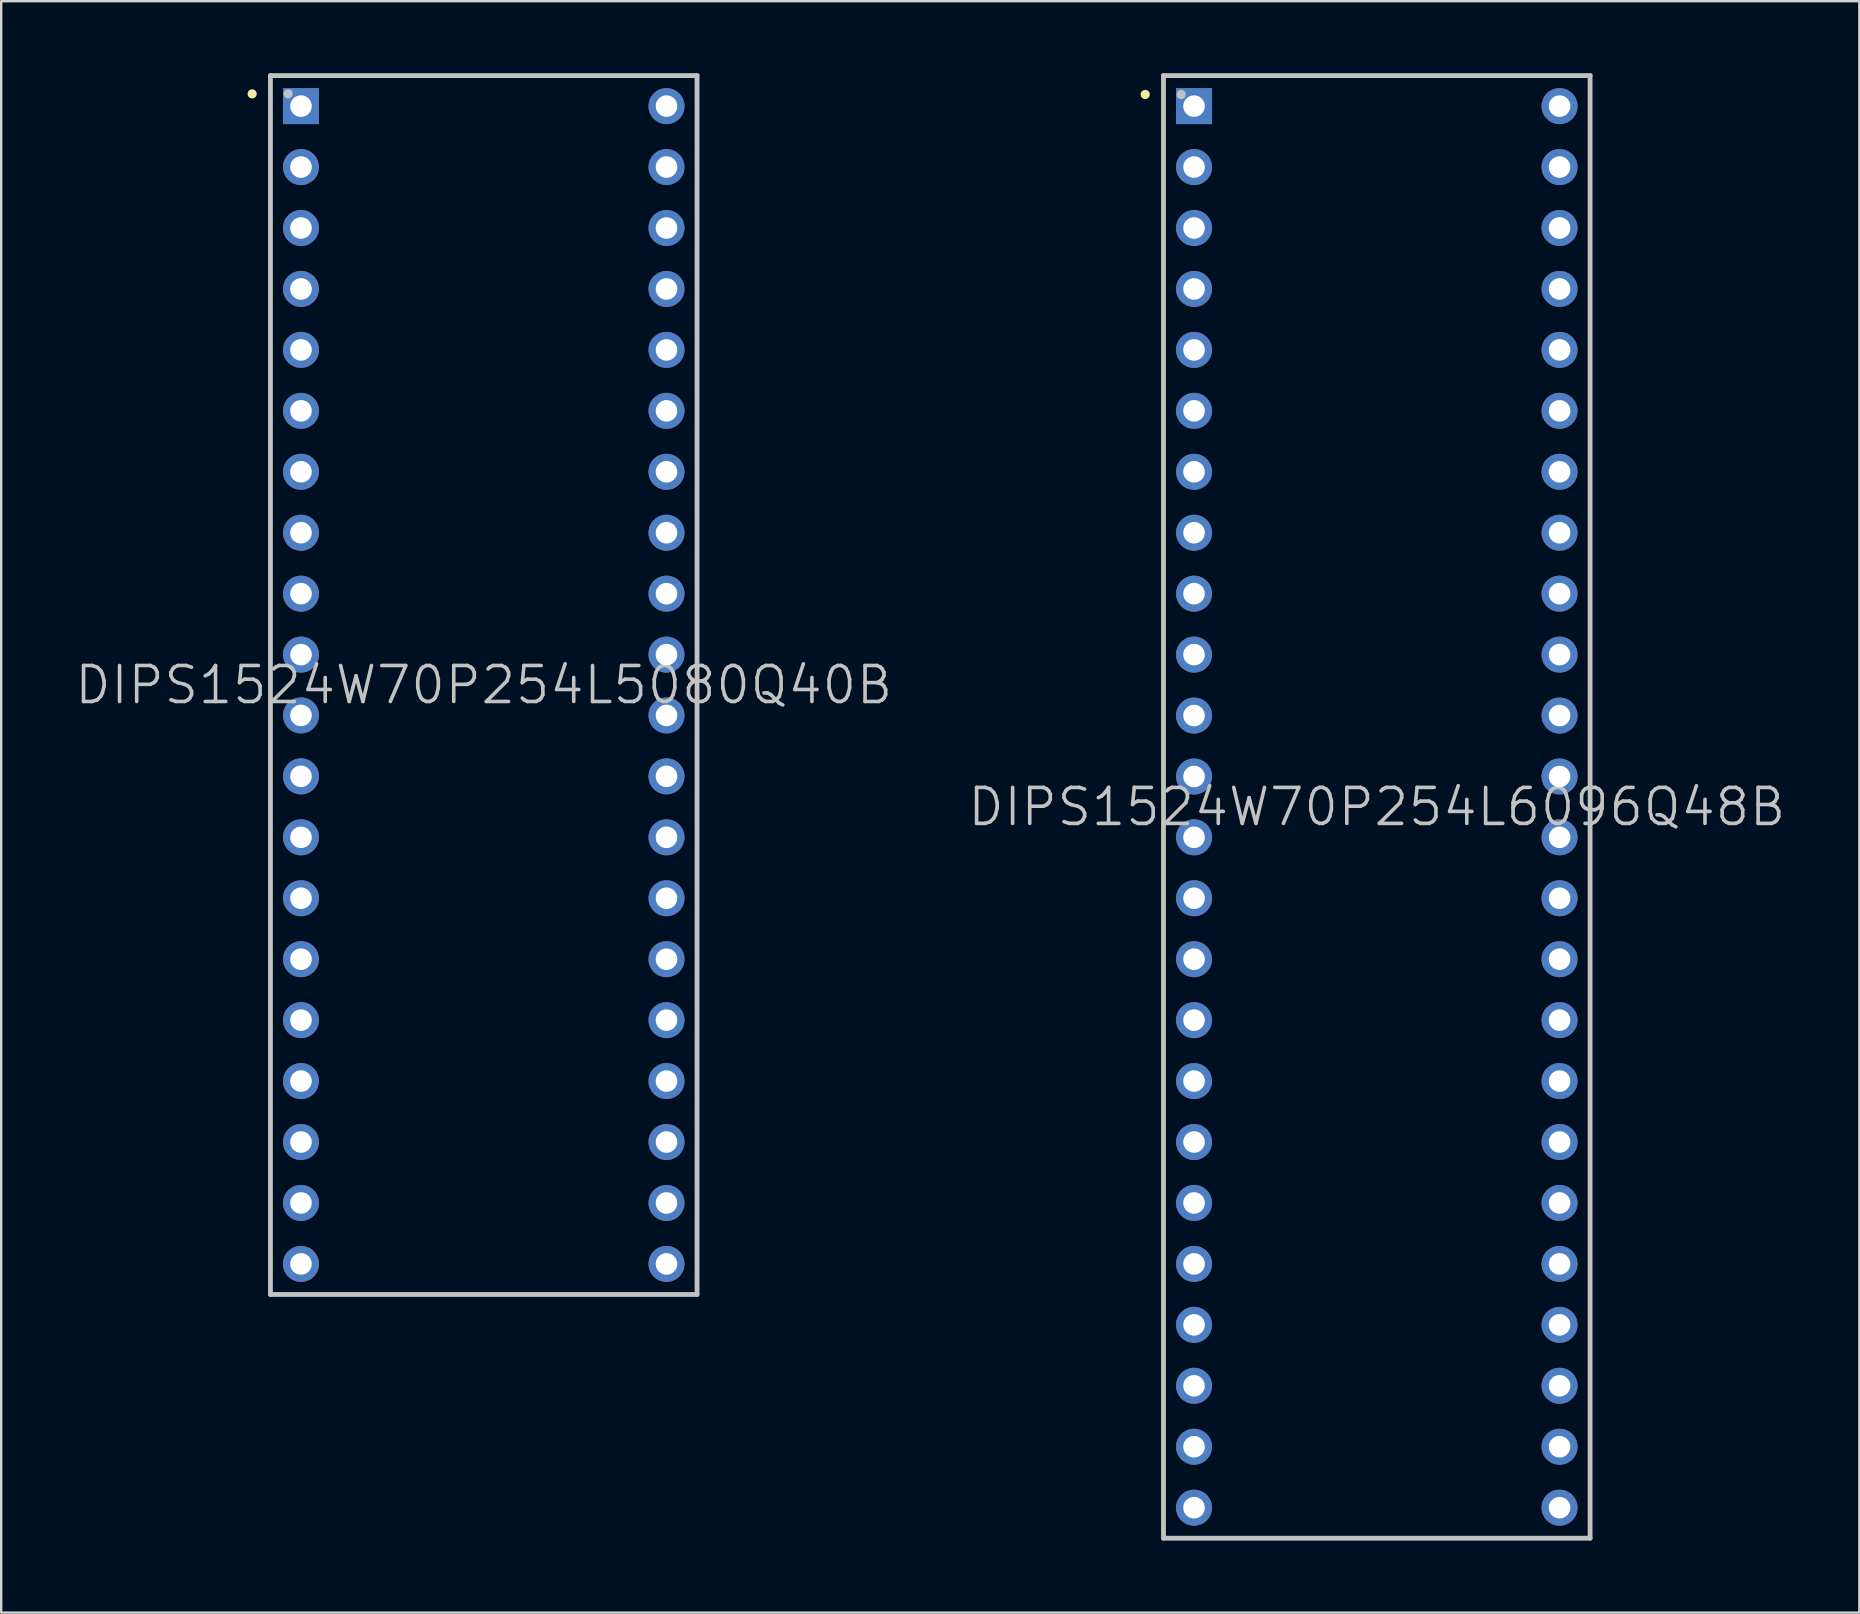
<source format=kicad_pcb>
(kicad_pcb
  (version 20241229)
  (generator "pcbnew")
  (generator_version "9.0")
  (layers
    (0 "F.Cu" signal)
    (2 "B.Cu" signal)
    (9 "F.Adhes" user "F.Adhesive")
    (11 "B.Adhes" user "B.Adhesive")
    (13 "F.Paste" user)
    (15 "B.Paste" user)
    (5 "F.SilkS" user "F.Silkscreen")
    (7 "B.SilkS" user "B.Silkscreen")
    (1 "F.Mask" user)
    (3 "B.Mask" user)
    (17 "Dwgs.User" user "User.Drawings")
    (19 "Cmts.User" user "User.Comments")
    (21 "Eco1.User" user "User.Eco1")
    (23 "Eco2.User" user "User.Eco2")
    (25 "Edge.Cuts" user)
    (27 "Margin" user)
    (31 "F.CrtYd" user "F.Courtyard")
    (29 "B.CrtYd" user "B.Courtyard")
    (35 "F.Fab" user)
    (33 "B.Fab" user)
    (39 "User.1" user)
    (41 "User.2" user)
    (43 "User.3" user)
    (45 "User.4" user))
  (footprint "DIPS1524W70P254L5080Q40B"
    (layer "F.Cu")
    (at 17.111 25.5)
    (property "Reference" "DIPS1524W70P254L5080Q40B" (at 0 0 0) (layer "Dwgs.User") (effects (font (size 1.5 1.5) (thickness 0.15))))
    (attr through_hole)
    (fp_line (start -9.652 -24.638) (end -9.652 -24.638) (stroke (width 0.381) (type solid)) (layer "F.SilkS"))
    (fp_line (start -8.89 -25.4) (end -8.89 25.4) (stroke (width 0.2) (type solid)) (layer "Dwgs.User"))
    (fp_line (start -8.89 -25.4) (end 8.89 -25.4) (stroke (width 0.2) (type solid)) (layer "Dwgs.User"))
    (fp_line (start -8.89 25.4) (end 8.89 25.4) (stroke (width 0.2) (type solid)) (layer "Dwgs.User"))
    (fp_line (start -8.153 -24.638) (end -8.153 -24.638) (stroke (width 0.381) (type solid)) (layer "Dwgs.User"))
    (fp_line (start 8.89 -25.4) (end 8.89 25.4) (stroke (width 0.2) (type solid)) (layer "Dwgs.User"))
    (pad "1" thru_hole rect (at -7.617 -24.127 180) (size 1.5 1.5) (drill 0.9) (layers "*.Cu" "*.Mask"))
    (pad "2" thru_hole circle (at -7.617 -21.587 180) (size 1.5 1.5) (drill 0.9) (layers "*.Cu" "*.Mask"))
    (pad "3" thru_hole circle (at -7.617 -19.047 180) (size 1.5 1.5) (drill 0.9) (layers "*.Cu" "*.Mask"))
    (pad "4" thru_hole circle (at -7.617 -16.507 180) (size 1.5 1.5) (drill 0.9) (layers "*.Cu" "*.Mask"))
    (pad "5" thru_hole circle (at -7.617 -13.967 180) (size 1.5 1.5) (drill 0.9) (layers "*.Cu" "*.Mask"))
    (pad "6" thru_hole circle (at -7.617 -11.427 180) (size 1.5 1.5) (drill 0.9) (layers "*.Cu" "*.Mask"))
    (pad "7" thru_hole circle (at -7.617 -8.887 180) (size 1.5 1.5) (drill 0.9) (layers "*.Cu" "*.Mask"))
    (pad "8" thru_hole circle (at -7.617 -6.347 180) (size 1.5 1.5) (drill 0.9) (layers "*.Cu" "*.Mask"))
    (pad "9" thru_hole circle (at -7.617 -3.807 180) (size 1.5 1.5) (drill 0.9) (layers "*.Cu" "*.Mask"))
    (pad "10" thru_hole circle (at -7.617 -1.267 180) (size 1.5 1.5) (drill 0.9) (layers "*.Cu" "*.Mask"))
    (pad "11" thru_hole circle (at -7.617 1.267 180) (size 1.5 1.5) (drill 0.9) (layers "*.Cu" "*.Mask"))
    (pad "12" thru_hole circle (at -7.617 3.807 180) (size 1.5 1.5) (drill 0.9) (layers "*.Cu" "*.Mask"))
    (pad "13" thru_hole circle (at -7.617 6.347 180) (size 1.5 1.5) (drill 0.9) (layers "*.Cu" "*.Mask"))
    (pad "14" thru_hole circle (at -7.617 8.887 180) (size 1.5 1.5) (drill 0.9) (layers "*.Cu" "*.Mask"))
    (pad "15" thru_hole circle (at -7.617 11.427 180) (size 1.5 1.5) (drill 0.9) (layers "*.Cu" "*.Mask"))
    (pad "16" thru_hole circle (at -7.617 13.967 180) (size 1.5 1.5) (drill 0.9) (layers "*.Cu" "*.Mask"))
    (pad "17" thru_hole circle (at -7.617 16.507 180) (size 1.5 1.5) (drill 0.9) (layers "*.Cu" "*.Mask"))
    (pad "18" thru_hole circle (at -7.617 19.047 180) (size 1.5 1.5) (drill 0.9) (layers "*.Cu" "*.Mask"))
    (pad "19" thru_hole circle (at -7.617 21.587 180) (size 1.5 1.5) (drill 0.9) (layers "*.Cu" "*.Mask"))
    (pad "20" thru_hole circle (at -7.617 24.127 180) (size 1.5 1.5) (drill 0.9) (layers "*.Cu" "*.Mask"))
    (pad "21" thru_hole circle (at 7.617 24.127 180) (size 1.5 1.5) (drill 0.9) (layers "*.Cu" "*.Mask"))
    (pad "22" thru_hole circle (at 7.617 21.587 180) (size 1.5 1.5) (drill 0.9) (layers "*.Cu" "*.Mask"))
    (pad "23" thru_hole circle (at 7.617 19.047 180) (size 1.5 1.5) (drill 0.9) (layers "*.Cu" "*.Mask"))
    (pad "24" thru_hole circle (at 7.617 16.507 180) (size 1.5 1.5) (drill 0.9) (layers "*.Cu" "*.Mask"))
    (pad "25" thru_hole circle (at 7.617 13.967 180) (size 1.5 1.5) (drill 0.9) (layers "*.Cu" "*.Mask"))
    (pad "26" thru_hole circle (at 7.617 11.427 180) (size 1.5 1.5) (drill 0.9) (layers "*.Cu" "*.Mask"))
    (pad "27" thru_hole circle (at 7.617 8.887 180) (size 1.5 1.5) (drill 0.9) (layers "*.Cu" "*.Mask"))
    (pad "28" thru_hole circle (at 7.617 6.347 180) (size 1.5 1.5) (drill 0.9) (layers "*.Cu" "*.Mask"))
    (pad "29" thru_hole circle (at 7.617 3.807 180) (size 1.5 1.5) (drill 0.9) (layers "*.Cu" "*.Mask"))
    (pad "30" thru_hole circle (at 7.617 1.267 180) (size 1.5 1.5) (drill 0.9) (layers "*.Cu" "*.Mask"))
    (pad "31" thru_hole circle (at 7.617 -1.267 180) (size 1.5 1.5) (drill 0.9) (layers "*.Cu" "*.Mask"))
    (pad "32" thru_hole circle (at 7.617 -3.807 180) (size 1.5 1.5) (drill 0.9) (layers "*.Cu" "*.Mask"))
    (pad "33" thru_hole circle (at 7.617 -6.347 180) (size 1.5 1.5) (drill 0.9) (layers "*.Cu" "*.Mask"))
    (pad "34" thru_hole circle (at 7.617 -8.887 180) (size 1.5 1.5) (drill 0.9) (layers "*.Cu" "*.Mask"))
    (pad "35" thru_hole circle (at 7.617 -11.427 180) (size 1.5 1.5) (drill 0.9) (layers "*.Cu" "*.Mask"))
    (pad "36" thru_hole circle (at 7.617 -13.967 180) (size 1.5 1.5) (drill 0.9) (layers "*.Cu" "*.Mask"))
    (pad "37" thru_hole circle (at 7.617 -16.507 180) (size 1.5 1.5) (drill 0.9) (layers "*.Cu" "*.Mask"))
    (pad "38" thru_hole circle (at 7.617 -19.047 180) (size 1.5 1.5) (drill 0.9) (layers "*.Cu" "*.Mask"))
    (pad "39" thru_hole circle (at 7.617 -21.587 180) (size 1.5 1.5) (drill 0.9) (layers "*.Cu" "*.Mask"))
    (pad "40" thru_hole circle (at 7.617 -24.127 180) (size 1.5 1.5) (drill 0.9) (layers "*.Cu" "*.Mask")))
  (footprint "DIPS1524W70P254L6096Q48B"
    (layer "F.Cu")
    (at 54.332 30.58)
    (property "Reference" "DIPS1524W70P254L6096Q48B" (at 0 0 0) (layer "Dwgs.User") (effects (font (size 1.5 1.5) (thickness 0.15))))
    (attr through_hole)
    (fp_line (start -9.652 -29.693) (end -9.652 -29.693) (stroke (width 0.381) (type solid)) (layer "F.SilkS"))
    (fp_line (start -8.89 -30.48) (end -8.89 30.48) (stroke (width 0.2) (type solid)) (layer "Dwgs.User"))
    (fp_line (start -8.89 -30.48) (end 8.89 -30.48) (stroke (width 0.2) (type solid)) (layer "Dwgs.User"))
    (fp_line (start -8.89 30.48) (end 8.89 30.48) (stroke (width 0.2) (type solid)) (layer "Dwgs.User"))
    (fp_line (start -8.153 -29.693) (end -8.153 -29.693) (stroke (width 0.381) (type solid)) (layer "Dwgs.User"))
    (fp_line (start 8.89 -30.48) (end 8.89 30.48) (stroke (width 0.2) (type solid)) (layer "Dwgs.User"))
    (pad "1" thru_hole rect (at -7.617 -29.207 180) (size 1.5 1.5) (drill 0.9) (layers "*.Cu" "*.Mask"))
    (pad "2" thru_hole circle (at -7.617 -26.667 180) (size 1.5 1.5) (drill 0.9) (layers "*.Cu" "*.Mask"))
    (pad "3" thru_hole circle (at -7.617 -24.127 180) (size 1.5 1.5) (drill 0.9) (layers "*.Cu" "*.Mask"))
    (pad "4" thru_hole circle (at -7.617 -21.587 180) (size 1.5 1.5) (drill 0.9) (layers "*.Cu" "*.Mask"))
    (pad "5" thru_hole circle (at -7.617 -19.047 180) (size 1.5 1.5) (drill 0.9) (layers "*.Cu" "*.Mask"))
    (pad "6" thru_hole circle (at -7.617 -16.507 180) (size 1.5 1.5) (drill 0.9) (layers "*.Cu" "*.Mask"))
    (pad "7" thru_hole circle (at -7.617 -13.967 180) (size 1.5 1.5) (drill 0.9) (layers "*.Cu" "*.Mask"))
    (pad "8" thru_hole circle (at -7.617 -11.427 180) (size 1.5 1.5) (drill 0.9) (layers "*.Cu" "*.Mask"))
    (pad "9" thru_hole circle (at -7.617 -8.887 180) (size 1.5 1.5) (drill 0.9) (layers "*.Cu" "*.Mask"))
    (pad "10" thru_hole circle (at -7.617 -6.347 180) (size 1.5 1.5) (drill 0.9) (layers "*.Cu" "*.Mask"))
    (pad "11" thru_hole circle (at -7.617 -3.807 180) (size 1.5 1.5) (drill 0.9) (layers "*.Cu" "*.Mask"))
    (pad "12" thru_hole circle (at -7.617 -1.267 180) (size 1.5 1.5) (drill 0.9) (layers "*.Cu" "*.Mask"))
    (pad "13" thru_hole circle (at -7.617 1.267 180) (size 1.5 1.5) (drill 0.9) (layers "*.Cu" "*.Mask"))
    (pad "14" thru_hole circle (at -7.617 3.807 180) (size 1.5 1.5) (drill 0.9) (layers "*.Cu" "*.Mask"))
    (pad "15" thru_hole circle (at -7.617 6.347 180) (size 1.5 1.5) (drill 0.9) (layers "*.Cu" "*.Mask"))
    (pad "16" thru_hole circle (at -7.617 8.887 180) (size 1.5 1.5) (drill 0.9) (layers "*.Cu" "*.Mask"))
    (pad "17" thru_hole circle (at -7.617 11.427 180) (size 1.5 1.5) (drill 0.9) (layers "*.Cu" "*.Mask"))
    (pad "18" thru_hole circle (at -7.617 13.967 180) (size 1.5 1.5) (drill 0.9) (layers "*.Cu" "*.Mask"))
    (pad "19" thru_hole circle (at -7.617 16.507 180) (size 1.5 1.5) (drill 0.9) (layers "*.Cu" "*.Mask"))
    (pad "20" thru_hole circle (at -7.617 19.047 180) (size 1.5 1.5) (drill 0.9) (layers "*.Cu" "*.Mask"))
    (pad "21" thru_hole circle (at -7.617 21.587 180) (size 1.5 1.5) (drill 0.9) (layers "*.Cu" "*.Mask"))
    (pad "22" thru_hole circle (at -7.617 24.127 180) (size 1.5 1.5) (drill 0.9) (layers "*.Cu" "*.Mask"))
    (pad "23" thru_hole circle (at -7.617 26.667 180) (size 1.5 1.5) (drill 0.9) (layers "*.Cu" "*.Mask"))
    (pad "24" thru_hole circle (at -7.617 29.207 180) (size 1.5 1.5) (drill 0.9) (layers "*.Cu" "*.Mask"))
    (pad "25" thru_hole circle (at 7.617 29.207 180) (size 1.5 1.5) (drill 0.9) (layers "*.Cu" "*.Mask"))
    (pad "26" thru_hole circle (at 7.617 26.667 180) (size 1.5 1.5) (drill 0.9) (layers "*.Cu" "*.Mask"))
    (pad "27" thru_hole circle (at 7.617 24.127 180) (size 1.5 1.5) (drill 0.9) (layers "*.Cu" "*.Mask"))
    (pad "28" thru_hole circle (at 7.617 21.587 180) (size 1.5 1.5) (drill 0.9) (layers "*.Cu" "*.Mask"))
    (pad "29" thru_hole circle (at 7.617 19.047 180) (size 1.5 1.5) (drill 0.9) (layers "*.Cu" "*.Mask"))
    (pad "30" thru_hole circle (at 7.617 16.507 180) (size 1.5 1.5) (drill 0.9) (layers "*.Cu" "*.Mask"))
    (pad "31" thru_hole circle (at 7.617 13.967 180) (size 1.5 1.5) (drill 0.9) (layers "*.Cu" "*.Mask"))
    (pad "32" thru_hole circle (at 7.617 11.427 180) (size 1.5 1.5) (drill 0.9) (layers "*.Cu" "*.Mask"))
    (pad "33" thru_hole circle (at 7.617 8.887 180) (size 1.5 1.5) (drill 0.9) (layers "*.Cu" "*.Mask"))
    (pad "34" thru_hole circle (at 7.617 6.347 180) (size 1.5 1.5) (drill 0.9) (layers "*.Cu" "*.Mask"))
    (pad "35" thru_hole circle (at 7.617 3.807 180) (size 1.5 1.5) (drill 0.9) (layers "*.Cu" "*.Mask"))
    (pad "36" thru_hole circle (at 7.617 1.267 180) (size 1.5 1.5) (drill 0.9) (layers "*.Cu" "*.Mask"))
    (pad "37" thru_hole circle (at 7.617 -1.267 180) (size 1.5 1.5) (drill 0.9) (layers "*.Cu" "*.Mask"))
    (pad "38" thru_hole circle (at 7.617 -3.807 180) (size 1.5 1.5) (drill 0.9) (layers "*.Cu" "*.Mask"))
    (pad "39" thru_hole circle (at 7.617 -6.347 180) (size 1.5 1.5) (drill 0.9) (layers "*.Cu" "*.Mask"))
    (pad "40" thru_hole circle (at 7.617 -8.887 180) (size 1.5 1.5) (drill 0.9) (layers "*.Cu" "*.Mask"))
    (pad "41" thru_hole circle (at 7.617 -11.427 180) (size 1.5 1.5) (drill 0.9) (layers "*.Cu" "*.Mask"))
    (pad "42" thru_hole circle (at 7.617 -13.967 180) (size 1.5 1.5) (drill 0.9) (layers "*.Cu" "*.Mask"))
    (pad "43" thru_hole circle (at 7.617 -16.507 180) (size 1.5 1.5) (drill 0.9) (layers "*.Cu" "*.Mask"))
    (pad "44" thru_hole circle (at 7.617 -19.047 180) (size 1.5 1.5) (drill 0.9) (layers "*.Cu" "*.Mask"))
    (pad "45" thru_hole circle (at 7.617 -21.587 180) (size 1.5 1.5) (drill 0.9) (layers "*.Cu" "*.Mask"))
    (pad "46" thru_hole circle (at 7.617 -24.127 180) (size 1.5 1.5) (drill 0.9) (layers "*.Cu" "*.Mask"))
    (pad "47" thru_hole circle (at 7.617 -26.667 180) (size 1.5 1.5) (drill 0.9) (layers "*.Cu" "*.Mask"))
    (pad "48" thru_hole circle (at 7.617 -29.207 180) (size 1.5 1.5) (drill 0.9) (layers "*.Cu" "*.Mask")))
  (gr_rect
    (start -3 -3)
    (end 74.443 64.16)
    (stroke (width 0.1) (type default))
    (fill no)
    (layer "Edge.Cuts")))
</source>
